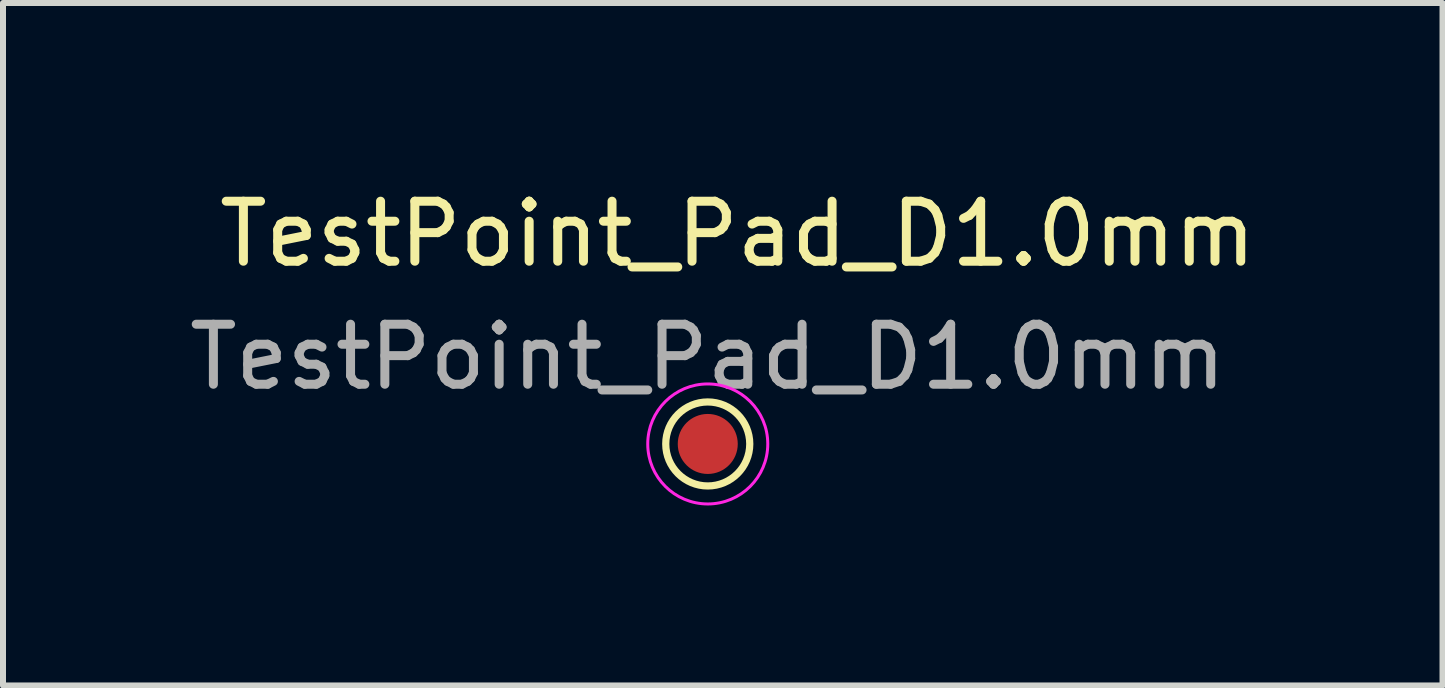
<source format=kicad_pcb>
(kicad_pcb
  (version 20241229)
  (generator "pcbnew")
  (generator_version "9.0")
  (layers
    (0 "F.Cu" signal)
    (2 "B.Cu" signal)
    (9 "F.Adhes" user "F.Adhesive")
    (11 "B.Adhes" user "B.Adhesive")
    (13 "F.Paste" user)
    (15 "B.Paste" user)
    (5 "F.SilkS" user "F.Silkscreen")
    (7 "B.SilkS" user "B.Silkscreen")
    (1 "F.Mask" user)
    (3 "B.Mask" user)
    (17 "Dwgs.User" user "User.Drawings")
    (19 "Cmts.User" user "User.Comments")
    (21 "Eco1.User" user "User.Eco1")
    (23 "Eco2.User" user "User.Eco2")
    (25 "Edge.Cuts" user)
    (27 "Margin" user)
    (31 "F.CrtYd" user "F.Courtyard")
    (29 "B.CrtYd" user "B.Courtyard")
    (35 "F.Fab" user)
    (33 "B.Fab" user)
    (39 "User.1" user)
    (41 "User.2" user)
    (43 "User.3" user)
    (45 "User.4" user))
  (footprint "TestPoint_Pad_D1.0mm"
    (layer "F.Cu")
    (at 8.744 4.348)
    (property "Reference" "TestPoint_Pad_D1.0mm" (at 0.5 -3.5 0) (layer "F.SilkS") (effects (font (size 1 1) (thickness 0.15))))
    (attr exclude_from_pos_files exclude_from_bom)
    (fp_circle (center 0 0) (end 0 0.7) (stroke (width 0.12) (type solid)) (fill no) (layer "F.SilkS"))
    (fp_circle (center 0 0) (end 1 0) (stroke (width 0.05) (type solid)) (fill no) (layer "F.CrtYd"))
    (fp_text user "${REFERENCE}" (at 0 -1.45 0) (layer "F.Fab") (effects (font (size 1 1) (thickness 0.15))))
    (pad "1" smd circle (at 0 0) (size 1 1) (layers "F.Cu" "F.Mask")))
  (gr_rect
    (start -3 -3)
    (end 20.988 8.373)
    (stroke (width 0.1) (type default))
    (fill no)
    (layer "Edge.Cuts")))
</source>
